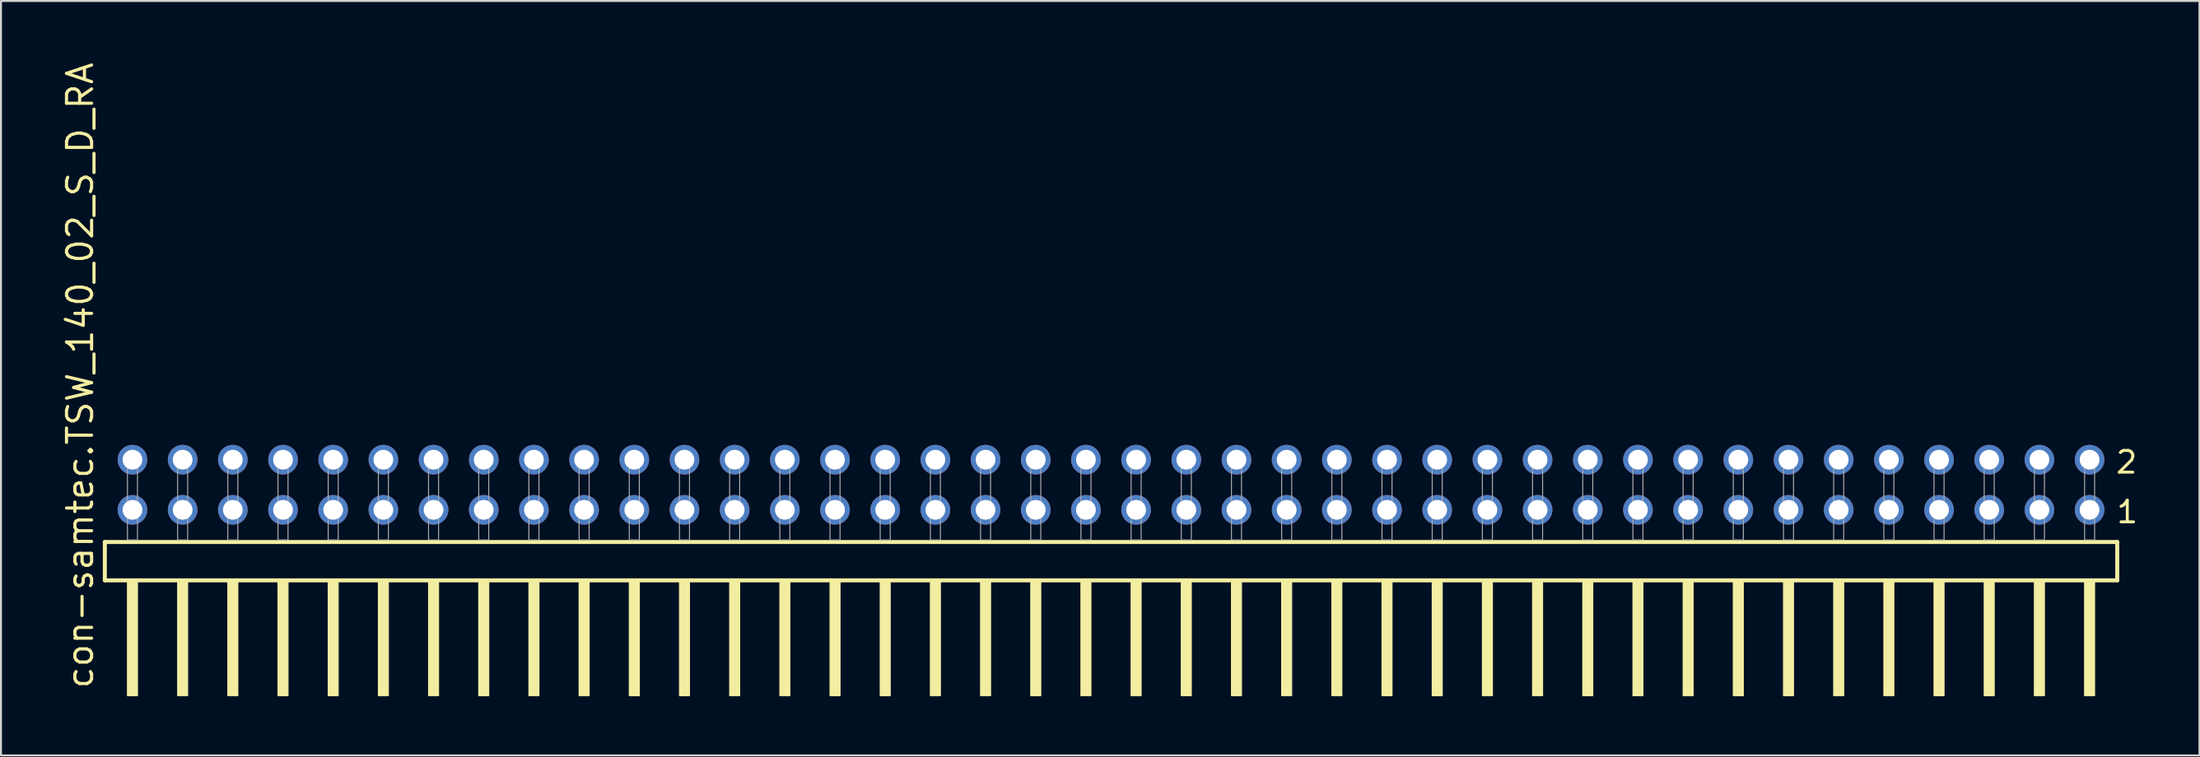
<source format=kicad_pcb>
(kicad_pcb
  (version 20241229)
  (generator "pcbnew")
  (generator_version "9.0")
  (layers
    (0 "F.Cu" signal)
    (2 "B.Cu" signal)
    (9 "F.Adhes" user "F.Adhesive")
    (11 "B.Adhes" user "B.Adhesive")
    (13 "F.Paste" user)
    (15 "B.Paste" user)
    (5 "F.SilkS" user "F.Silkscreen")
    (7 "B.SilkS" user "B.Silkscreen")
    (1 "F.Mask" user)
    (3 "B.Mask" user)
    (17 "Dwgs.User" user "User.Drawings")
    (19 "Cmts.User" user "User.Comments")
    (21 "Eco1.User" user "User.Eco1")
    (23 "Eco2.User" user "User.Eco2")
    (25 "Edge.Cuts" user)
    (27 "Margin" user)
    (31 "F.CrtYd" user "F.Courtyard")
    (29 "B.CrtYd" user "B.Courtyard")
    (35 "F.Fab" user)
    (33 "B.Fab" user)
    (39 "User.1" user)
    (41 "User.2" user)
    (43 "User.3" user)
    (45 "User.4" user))
  (footprint "con-samtec.TSW_140_02_S_D_RA"
    (layer "F.Cu")
    (at 53.185 24.296)
    (property "Reference" "con-samtec.TSW_140_02_S_D_RA" (at -51.435 7.62 90) (layer "F.SilkS") (effects (font (size 1.27 1.27) (thickness 0.16)) (justify left bottom)))
    (attr through_hole)
    (fp_line (start -50.929 0.106) (end -50.929 2.046) (stroke (width 0.203) (type default)) (layer "F.SilkS"))
    (fp_line (start -50.929 2.046) (end 50.929 2.046) (stroke (width 0.203) (type default)) (layer "F.SilkS"))
    (fp_line (start 50.929 0.106) (end -50.929 0.106) (stroke (width 0.203) (type default)) (layer "F.SilkS"))
    (fp_line (start 50.929 2.046) (end 50.929 0.106) (stroke (width 0.203) (type default)) (layer "F.SilkS"))
    (fp_rect (start -49.784 7.89) (end -49.276 2.04) (stroke (width 0.05) (type default)) (fill yes) (layer "F.SilkS"))
    (fp_rect (start -47.244 7.89) (end -46.736 2.04) (stroke (width 0.05) (type default)) (fill yes) (layer "F.SilkS"))
    (fp_rect (start -44.704 7.89) (end -44.196 2.04) (stroke (width 0.05) (type default)) (fill yes) (layer "F.SilkS"))
    (fp_rect (start -42.164 7.89) (end -41.656 2.04) (stroke (width 0.05) (type default)) (fill yes) (layer "F.SilkS"))
    (fp_rect (start -39.624 7.89) (end -39.116 2.04) (stroke (width 0.05) (type default)) (fill yes) (layer "F.SilkS"))
    (fp_rect (start -37.084 7.89) (end -36.576 2.04) (stroke (width 0.05) (type default)) (fill yes) (layer "F.SilkS"))
    (fp_rect (start -34.544 7.89) (end -34.036 2.04) (stroke (width 0.05) (type default)) (fill yes) (layer "F.SilkS"))
    (fp_rect (start -32.004 7.89) (end -31.496 2.04) (stroke (width 0.05) (type default)) (fill yes) (layer "F.SilkS"))
    (fp_rect (start -29.464 7.89) (end -28.956 2.04) (stroke (width 0.05) (type default)) (fill yes) (layer "F.SilkS"))
    (fp_rect (start -26.924 7.89) (end -26.416 2.04) (stroke (width 0.05) (type default)) (fill yes) (layer "F.SilkS"))
    (fp_rect (start -24.384 7.89) (end -23.876 2.04) (stroke (width 0.05) (type default)) (fill yes) (layer "F.SilkS"))
    (fp_rect (start -21.844 7.89) (end -21.336 2.04) (stroke (width 0.05) (type default)) (fill yes) (layer "F.SilkS"))
    (fp_rect (start -19.304 7.89) (end -18.796 2.04) (stroke (width 0.05) (type default)) (fill yes) (layer "F.SilkS"))
    (fp_rect (start -16.764 7.89) (end -16.256 2.04) (stroke (width 0.05) (type default)) (fill yes) (layer "F.SilkS"))
    (fp_rect (start -14.224 7.89) (end -13.716 2.04) (stroke (width 0.05) (type default)) (fill yes) (layer "F.SilkS"))
    (fp_rect (start -11.684 7.89) (end -11.176 2.04) (stroke (width 0.05) (type default)) (fill yes) (layer "F.SilkS"))
    (fp_rect (start -9.144 7.89) (end -8.636 2.04) (stroke (width 0.05) (type default)) (fill yes) (layer "F.SilkS"))
    (fp_rect (start -6.604 7.89) (end -6.096 2.04) (stroke (width 0.05) (type default)) (fill yes) (layer "F.SilkS"))
    (fp_rect (start -4.064 7.89) (end -3.556 2.04) (stroke (width 0.05) (type default)) (fill yes) (layer "F.SilkS"))
    (fp_rect (start -1.524 7.89) (end -1.016 2.04) (stroke (width 0.05) (type default)) (fill yes) (layer "F.SilkS"))
    (fp_rect (start 1.016 7.89) (end 1.524 2.04) (stroke (width 0.05) (type default)) (fill yes) (layer "F.SilkS"))
    (fp_rect (start 3.556 7.89) (end 4.064 2.04) (stroke (width 0.05) (type default)) (fill yes) (layer "F.SilkS"))
    (fp_rect (start 6.096 7.89) (end 6.604 2.04) (stroke (width 0.05) (type default)) (fill yes) (layer "F.SilkS"))
    (fp_rect (start 8.636 7.89) (end 9.144 2.04) (stroke (width 0.05) (type default)) (fill yes) (layer "F.SilkS"))
    (fp_rect (start 11.176 7.89) (end 11.684 2.04) (stroke (width 0.05) (type default)) (fill yes) (layer "F.SilkS"))
    (fp_rect (start 13.716 7.89) (end 14.224 2.04) (stroke (width 0.05) (type default)) (fill yes) (layer "F.SilkS"))
    (fp_rect (start 16.256 7.89) (end 16.764 2.04) (stroke (width 0.05) (type default)) (fill yes) (layer "F.SilkS"))
    (fp_rect (start 18.796 7.89) (end 19.304 2.04) (stroke (width 0.05) (type default)) (fill yes) (layer "F.SilkS"))
    (fp_rect (start 21.336 7.89) (end 21.844 2.04) (stroke (width 0.05) (type default)) (fill yes) (layer "F.SilkS"))
    (fp_rect (start 23.876 7.89) (end 24.384 2.04) (stroke (width 0.05) (type default)) (fill yes) (layer "F.SilkS"))
    (fp_rect (start 26.416 7.89) (end 26.924 2.04) (stroke (width 0.05) (type default)) (fill yes) (layer "F.SilkS"))
    (fp_rect (start 28.956 7.89) (end 29.464 2.04) (stroke (width 0.05) (type default)) (fill yes) (layer "F.SilkS"))
    (fp_rect (start 31.496 7.89) (end 32.004 2.04) (stroke (width 0.05) (type default)) (fill yes) (layer "F.SilkS"))
    (fp_rect (start 34.036 7.89) (end 34.544 2.04) (stroke (width 0.05) (type default)) (fill yes) (layer "F.SilkS"))
    (fp_rect (start 36.576 7.89) (end 37.084 2.04) (stroke (width 0.05) (type default)) (fill yes) (layer "F.SilkS"))
    (fp_rect (start 39.116 7.89) (end 39.624 2.04) (stroke (width 0.05) (type default)) (fill yes) (layer "F.SilkS"))
    (fp_rect (start 41.656 7.89) (end 42.164 2.04) (stroke (width 0.05) (type default)) (fill yes) (layer "F.SilkS"))
    (fp_rect (start 44.196 7.89) (end 44.704 2.04) (stroke (width 0.05) (type default)) (fill yes) (layer "F.SilkS"))
    (fp_rect (start 46.736 7.89) (end 47.244 2.04) (stroke (width 0.05) (type default)) (fill yes) (layer "F.SilkS"))
    (fp_rect (start 49.276 7.89) (end 49.784 2.04) (stroke (width 0.05) (type default)) (fill yes) (layer "F.SilkS"))
    (fp_rect (start -49.784 0) (end -49.276 -4.318) (stroke (width 0.05) (type default)) (fill no) (layer "F.Fab"))
    (fp_rect (start -47.244 0) (end -46.736 -4.318) (stroke (width 0.05) (type default)) (fill no) (layer "F.Fab"))
    (fp_rect (start -44.704 0) (end -44.196 -4.318) (stroke (width 0.05) (type default)) (fill no) (layer "F.Fab"))
    (fp_rect (start -42.164 0) (end -41.656 -4.318) (stroke (width 0.05) (type default)) (fill no) (layer "F.Fab"))
    (fp_rect (start -39.624 0) (end -39.116 -4.318) (stroke (width 0.05) (type default)) (fill no) (layer "F.Fab"))
    (fp_rect (start -37.084 0) (end -36.576 -4.318) (stroke (width 0.05) (type default)) (fill no) (layer "F.Fab"))
    (fp_rect (start -34.544 0) (end -34.036 -4.318) (stroke (width 0.05) (type default)) (fill no) (layer "F.Fab"))
    (fp_rect (start -32.004 0) (end -31.496 -4.318) (stroke (width 0.05) (type default)) (fill no) (layer "F.Fab"))
    (fp_rect (start -29.464 0) (end -28.956 -4.318) (stroke (width 0.05) (type default)) (fill no) (layer "F.Fab"))
    (fp_rect (start -26.924 0) (end -26.416 -4.318) (stroke (width 0.05) (type default)) (fill no) (layer "F.Fab"))
    (fp_rect (start -24.384 0) (end -23.876 -4.318) (stroke (width 0.05) (type default)) (fill no) (layer "F.Fab"))
    (fp_rect (start -21.844 0) (end -21.336 -4.318) (stroke (width 0.05) (type default)) (fill no) (layer "F.Fab"))
    (fp_rect (start -19.304 0) (end -18.796 -4.318) (stroke (width 0.05) (type default)) (fill no) (layer "F.Fab"))
    (fp_rect (start -16.764 0) (end -16.256 -4.318) (stroke (width 0.05) (type default)) (fill no) (layer "F.Fab"))
    (fp_rect (start -14.224 0) (end -13.716 -4.318) (stroke (width 0.05) (type default)) (fill no) (layer "F.Fab"))
    (fp_rect (start -11.684 0) (end -11.176 -4.318) (stroke (width 0.05) (type default)) (fill no) (layer "F.Fab"))
    (fp_rect (start -9.144 0) (end -8.636 -4.318) (stroke (width 0.05) (type default)) (fill no) (layer "F.Fab"))
    (fp_rect (start -6.604 0) (end -6.096 -4.318) (stroke (width 0.05) (type default)) (fill no) (layer "F.Fab"))
    (fp_rect (start -4.064 0) (end -3.556 -4.318) (stroke (width 0.05) (type default)) (fill no) (layer "F.Fab"))
    (fp_rect (start -1.524 0) (end -1.016 -4.318) (stroke (width 0.05) (type default)) (fill no) (layer "F.Fab"))
    (fp_rect (start 1.016 0) (end 1.524 -4.318) (stroke (width 0.05) (type default)) (fill no) (layer "F.Fab"))
    (fp_rect (start 3.556 0) (end 4.064 -4.318) (stroke (width 0.05) (type default)) (fill no) (layer "F.Fab"))
    (fp_rect (start 6.096 0) (end 6.604 -4.318) (stroke (width 0.05) (type default)) (fill no) (layer "F.Fab"))
    (fp_rect (start 8.636 0) (end 9.144 -4.318) (stroke (width 0.05) (type default)) (fill no) (layer "F.Fab"))
    (fp_rect (start 11.176 0) (end 11.684 -4.318) (stroke (width 0.05) (type default)) (fill no) (layer "F.Fab"))
    (fp_rect (start 13.716 0) (end 14.224 -4.318) (stroke (width 0.05) (type default)) (fill no) (layer "F.Fab"))
    (fp_rect (start 16.256 0) (end 16.764 -4.318) (stroke (width 0.05) (type default)) (fill no) (layer "F.Fab"))
    (fp_rect (start 18.796 0) (end 19.304 -4.318) (stroke (width 0.05) (type default)) (fill no) (layer "F.Fab"))
    (fp_rect (start 21.336 0) (end 21.844 -4.318) (stroke (width 0.05) (type default)) (fill no) (layer "F.Fab"))
    (fp_rect (start 23.876 0) (end 24.384 -4.318) (stroke (width 0.05) (type default)) (fill no) (layer "F.Fab"))
    (fp_rect (start 26.416 0) (end 26.924 -4.318) (stroke (width 0.05) (type default)) (fill no) (layer "F.Fab"))
    (fp_rect (start 28.956 0) (end 29.464 -4.318) (stroke (width 0.05) (type default)) (fill no) (layer "F.Fab"))
    (fp_rect (start 31.496 0) (end 32.004 -4.318) (stroke (width 0.05) (type default)) (fill no) (layer "F.Fab"))
    (fp_rect (start 34.036 0) (end 34.544 -4.318) (stroke (width 0.05) (type default)) (fill no) (layer "F.Fab"))
    (fp_rect (start 36.576 0) (end 37.084 -4.318) (stroke (width 0.05) (type default)) (fill no) (layer "F.Fab"))
    (fp_rect (start 39.116 0) (end 39.624 -4.318) (stroke (width 0.05) (type default)) (fill no) (layer "F.Fab"))
    (fp_rect (start 41.656 0) (end 42.164 -4.318) (stroke (width 0.05) (type default)) (fill no) (layer "F.Fab"))
    (fp_rect (start 44.196 0) (end 44.704 -4.318) (stroke (width 0.05) (type default)) (fill no) (layer "F.Fab"))
    (fp_rect (start 46.736 0) (end 47.244 -4.318) (stroke (width 0.05) (type default)) (fill no) (layer "F.Fab"))
    (fp_rect (start 49.276 0) (end 49.784 -4.318) (stroke (width 0.05) (type default)) (fill no) (layer "F.Fab"))
    (fp_text user "2" (at 50.78 -3.29 0) (layer "F.SilkS") (effects (font (size 1.1 1.1) (thickness 0.15)) (justify left bottom)))
    (fp_text user "1" (at 50.815 -0.775 0) (layer "F.SilkS") (effects (font (size 1.1 1.1) (thickness 0.15)) (justify left bottom)))
    (pad "1" thru_hole circle (at 49.53 -1.524 180) (size 1.5 1.5) (drill 1) (layers "*.Cu" "*.Mask"))
    (pad "2" thru_hole circle (at 49.53 -4.064 180) (size 1.5 1.5) (drill 1) (layers "*.Cu" "*.Mask"))
    (pad "3" thru_hole circle (at 46.99 -1.524 180) (size 1.5 1.5) (drill 1) (layers "*.Cu" "*.Mask"))
    (pad "4" thru_hole circle (at 46.99 -4.064 180) (size 1.5 1.5) (drill 1) (layers "*.Cu" "*.Mask"))
    (pad "5" thru_hole circle (at 44.45 -1.524 180) (size 1.5 1.5) (drill 1) (layers "*.Cu" "*.Mask"))
    (pad "6" thru_hole circle (at 44.45 -4.064 180) (size 1.5 1.5) (drill 1) (layers "*.Cu" "*.Mask"))
    (pad "7" thru_hole circle (at 41.91 -1.524 180) (size 1.5 1.5) (drill 1) (layers "*.Cu" "*.Mask"))
    (pad "8" thru_hole circle (at 41.91 -4.064 180) (size 1.5 1.5) (drill 1) (layers "*.Cu" "*.Mask"))
    (pad "9" thru_hole circle (at 39.37 -1.524 180) (size 1.5 1.5) (drill 1) (layers "*.Cu" "*.Mask"))
    (pad "10" thru_hole circle (at 39.37 -4.064 180) (size 1.5 1.5) (drill 1) (layers "*.Cu" "*.Mask"))
    (pad "11" thru_hole circle (at 36.83 -1.524 180) (size 1.5 1.5) (drill 1) (layers "*.Cu" "*.Mask"))
    (pad "12" thru_hole circle (at 36.83 -4.064 180) (size 1.5 1.5) (drill 1) (layers "*.Cu" "*.Mask"))
    (pad "13" thru_hole circle (at 34.29 -1.524 180) (size 1.5 1.5) (drill 1) (layers "*.Cu" "*.Mask"))
    (pad "14" thru_hole circle (at 34.29 -4.064 180) (size 1.5 1.5) (drill 1) (layers "*.Cu" "*.Mask"))
    (pad "15" thru_hole circle (at 31.75 -1.524 180) (size 1.5 1.5) (drill 1) (layers "*.Cu" "*.Mask"))
    (pad "16" thru_hole circle (at 31.75 -4.064 180) (size 1.5 1.5) (drill 1) (layers "*.Cu" "*.Mask"))
    (pad "17" thru_hole circle (at 29.21 -1.524 180) (size 1.5 1.5) (drill 1) (layers "*.Cu" "*.Mask"))
    (pad "18" thru_hole circle (at 29.21 -4.064 180) (size 1.5 1.5) (drill 1) (layers "*.Cu" "*.Mask"))
    (pad "19" thru_hole circle (at 26.67 -1.524 180) (size 1.5 1.5) (drill 1) (layers "*.Cu" "*.Mask"))
    (pad "20" thru_hole circle (at 26.67 -4.064 180) (size 1.5 1.5) (drill 1) (layers "*.Cu" "*.Mask"))
    (pad "21" thru_hole circle (at 24.13 -1.524 180) (size 1.5 1.5) (drill 1) (layers "*.Cu" "*.Mask"))
    (pad "22" thru_hole circle (at 24.13 -4.064 180) (size 1.5 1.5) (drill 1) (layers "*.Cu" "*.Mask"))
    (pad "23" thru_hole circle (at 21.59 -1.524 180) (size 1.5 1.5) (drill 1) (layers "*.Cu" "*.Mask"))
    (pad "24" thru_hole circle (at 21.59 -4.064 180) (size 1.5 1.5) (drill 1) (layers "*.Cu" "*.Mask"))
    (pad "25" thru_hole circle (at 19.05 -1.524 180) (size 1.5 1.5) (drill 1) (layers "*.Cu" "*.Mask"))
    (pad "26" thru_hole circle (at 19.05 -4.064 180) (size 1.5 1.5) (drill 1) (layers "*.Cu" "*.Mask"))
    (pad "27" thru_hole circle (at 16.51 -1.524 180) (size 1.5 1.5) (drill 1) (layers "*.Cu" "*.Mask"))
    (pad "28" thru_hole circle (at 16.51 -4.064 180) (size 1.5 1.5) (drill 1) (layers "*.Cu" "*.Mask"))
    (pad "29" thru_hole circle (at 13.97 -1.524 180) (size 1.5 1.5) (drill 1) (layers "*.Cu" "*.Mask"))
    (pad "30" thru_hole circle (at 13.97 -4.064 180) (size 1.5 1.5) (drill 1) (layers "*.Cu" "*.Mask"))
    (pad "31" thru_hole circle (at 11.43 -1.524 180) (size 1.5 1.5) (drill 1) (layers "*.Cu" "*.Mask"))
    (pad "32" thru_hole circle (at 11.43 -4.064 180) (size 1.5 1.5) (drill 1) (layers "*.Cu" "*.Mask"))
    (pad "33" thru_hole circle (at 8.89 -1.524 180) (size 1.5 1.5) (drill 1) (layers "*.Cu" "*.Mask"))
    (pad "34" thru_hole circle (at 8.89 -4.064 180) (size 1.5 1.5) (drill 1) (layers "*.Cu" "*.Mask"))
    (pad "35" thru_hole circle (at 6.35 -1.524 180) (size 1.5 1.5) (drill 1) (layers "*.Cu" "*.Mask"))
    (pad "36" thru_hole circle (at 6.35 -4.064 180) (size 1.5 1.5) (drill 1) (layers "*.Cu" "*.Mask"))
    (pad "37" thru_hole circle (at 3.81 -1.524 180) (size 1.5 1.5) (drill 1) (layers "*.Cu" "*.Mask"))
    (pad "38" thru_hole circle (at 3.81 -4.064 180) (size 1.5 1.5) (drill 1) (layers "*.Cu" "*.Mask"))
    (pad "39" thru_hole circle (at 1.27 -1.524 180) (size 1.5 1.5) (drill 1) (layers "*.Cu" "*.Mask"))
    (pad "40" thru_hole circle (at 1.27 -4.064 180) (size 1.5 1.5) (drill 1) (layers "*.Cu" "*.Mask"))
    (pad "41" thru_hole circle (at -1.27 -1.524 180) (size 1.5 1.5) (drill 1) (layers "*.Cu" "*.Mask"))
    (pad "42" thru_hole circle (at -1.27 -4.064 180) (size 1.5 1.5) (drill 1) (layers "*.Cu" "*.Mask"))
    (pad "43" thru_hole circle (at -3.81 -1.524 180) (size 1.5 1.5) (drill 1) (layers "*.Cu" "*.Mask"))
    (pad "44" thru_hole circle (at -3.81 -4.064 180) (size 1.5 1.5) (drill 1) (layers "*.Cu" "*.Mask"))
    (pad "45" thru_hole circle (at -6.35 -1.524 180) (size 1.5 1.5) (drill 1) (layers "*.Cu" "*.Mask"))
    (pad "46" thru_hole circle (at -6.35 -4.064 180) (size 1.5 1.5) (drill 1) (layers "*.Cu" "*.Mask"))
    (pad "47" thru_hole circle (at -8.89 -1.524 180) (size 1.5 1.5) (drill 1) (layers "*.Cu" "*.Mask"))
    (pad "48" thru_hole circle (at -8.89 -4.064 180) (size 1.5 1.5) (drill 1) (layers "*.Cu" "*.Mask"))
    (pad "49" thru_hole circle (at -11.43 -1.524 180) (size 1.5 1.5) (drill 1) (layers "*.Cu" "*.Mask"))
    (pad "50" thru_hole circle (at -11.43 -4.064 180) (size 1.5 1.5) (drill 1) (layers "*.Cu" "*.Mask"))
    (pad "51" thru_hole circle (at -13.97 -1.524 180) (size 1.5 1.5) (drill 1) (layers "*.Cu" "*.Mask"))
    (pad "52" thru_hole circle (at -13.97 -4.064 180) (size 1.5 1.5) (drill 1) (layers "*.Cu" "*.Mask"))
    (pad "53" thru_hole circle (at -16.51 -1.524 180) (size 1.5 1.5) (drill 1) (layers "*.Cu" "*.Mask"))
    (pad "54" thru_hole circle (at -16.51 -4.064 180) (size 1.5 1.5) (drill 1) (layers "*.Cu" "*.Mask"))
    (pad "55" thru_hole circle (at -19.05 -1.524 180) (size 1.5 1.5) (drill 1) (layers "*.Cu" "*.Mask"))
    (pad "56" thru_hole circle (at -19.05 -4.064 180) (size 1.5 1.5) (drill 1) (layers "*.Cu" "*.Mask"))
    (pad "57" thru_hole circle (at -21.59 -1.524 180) (size 1.5 1.5) (drill 1) (layers "*.Cu" "*.Mask"))
    (pad "58" thru_hole circle (at -21.59 -4.064 180) (size 1.5 1.5) (drill 1) (layers "*.Cu" "*.Mask"))
    (pad "59" thru_hole circle (at -24.13 -1.524 180) (size 1.5 1.5) (drill 1) (layers "*.Cu" "*.Mask"))
    (pad "60" thru_hole circle (at -24.13 -4.064 180) (size 1.5 1.5) (drill 1) (layers "*.Cu" "*.Mask"))
    (pad "61" thru_hole circle (at -26.67 -1.524 180) (size 1.5 1.5) (drill 1) (layers "*.Cu" "*.Mask"))
    (pad "62" thru_hole circle (at -26.67 -4.064 180) (size 1.5 1.5) (drill 1) (layers "*.Cu" "*.Mask"))
    (pad "63" thru_hole circle (at -29.21 -1.524 180) (size 1.5 1.5) (drill 1) (layers "*.Cu" "*.Mask"))
    (pad "64" thru_hole circle (at -29.21 -4.064 180) (size 1.5 1.5) (drill 1) (layers "*.Cu" "*.Mask"))
    (pad "65" thru_hole circle (at -31.75 -1.524 180) (size 1.5 1.5) (drill 1) (layers "*.Cu" "*.Mask"))
    (pad "66" thru_hole circle (at -31.75 -4.064 180) (size 1.5 1.5) (drill 1) (layers "*.Cu" "*.Mask"))
    (pad "67" thru_hole circle (at -34.29 -1.524 180) (size 1.5 1.5) (drill 1) (layers "*.Cu" "*.Mask"))
    (pad "68" thru_hole circle (at -34.29 -4.064 180) (size 1.5 1.5) (drill 1) (layers "*.Cu" "*.Mask"))
    (pad "69" thru_hole circle (at -36.83 -1.524 180) (size 1.5 1.5) (drill 1) (layers "*.Cu" "*.Mask"))
    (pad "70" thru_hole circle (at -36.83 -4.064 180) (size 1.5 1.5) (drill 1) (layers "*.Cu" "*.Mask"))
    (pad "71" thru_hole circle (at -39.37 -1.524 180) (size 1.5 1.5) (drill 1) (layers "*.Cu" "*.Mask"))
    (pad "72" thru_hole circle (at -39.37 -4.064 180) (size 1.5 1.5) (drill 1) (layers "*.Cu" "*.Mask"))
    (pad "73" thru_hole circle (at -41.91 -1.524 180) (size 1.5 1.5) (drill 1) (layers "*.Cu" "*.Mask"))
    (pad "74" thru_hole circle (at -41.91 -4.064 180) (size 1.5 1.5) (drill 1) (layers "*.Cu" "*.Mask"))
    (pad "75" thru_hole circle (at -44.45 -1.524 180) (size 1.5 1.5) (drill 1) (layers "*.Cu" "*.Mask"))
    (pad "76" thru_hole circle (at -44.45 -4.064 180) (size 1.5 1.5) (drill 1) (layers "*.Cu" "*.Mask"))
    (pad "77" thru_hole circle (at -46.99 -1.524 180) (size 1.5 1.5) (drill 1) (layers "*.Cu" "*.Mask"))
    (pad "78" thru_hole circle (at -46.99 -4.064 180) (size 1.5 1.5) (drill 1) (layers "*.Cu" "*.Mask"))
    (pad "79" thru_hole circle (at -49.53 -1.524 180) (size 1.5 1.5) (drill 1) (layers "*.Cu" "*.Mask"))
    (pad "80" thru_hole circle (at -49.53 -4.064 180) (size 1.5 1.5) (drill 1) (layers "*.Cu" "*.Mask")))
  (gr_rect
    (start -3 -3)
    (end 108.278 35.211)
    (stroke (width 0.1) (type default))
    (fill no)
    (layer "Edge.Cuts")))
</source>
